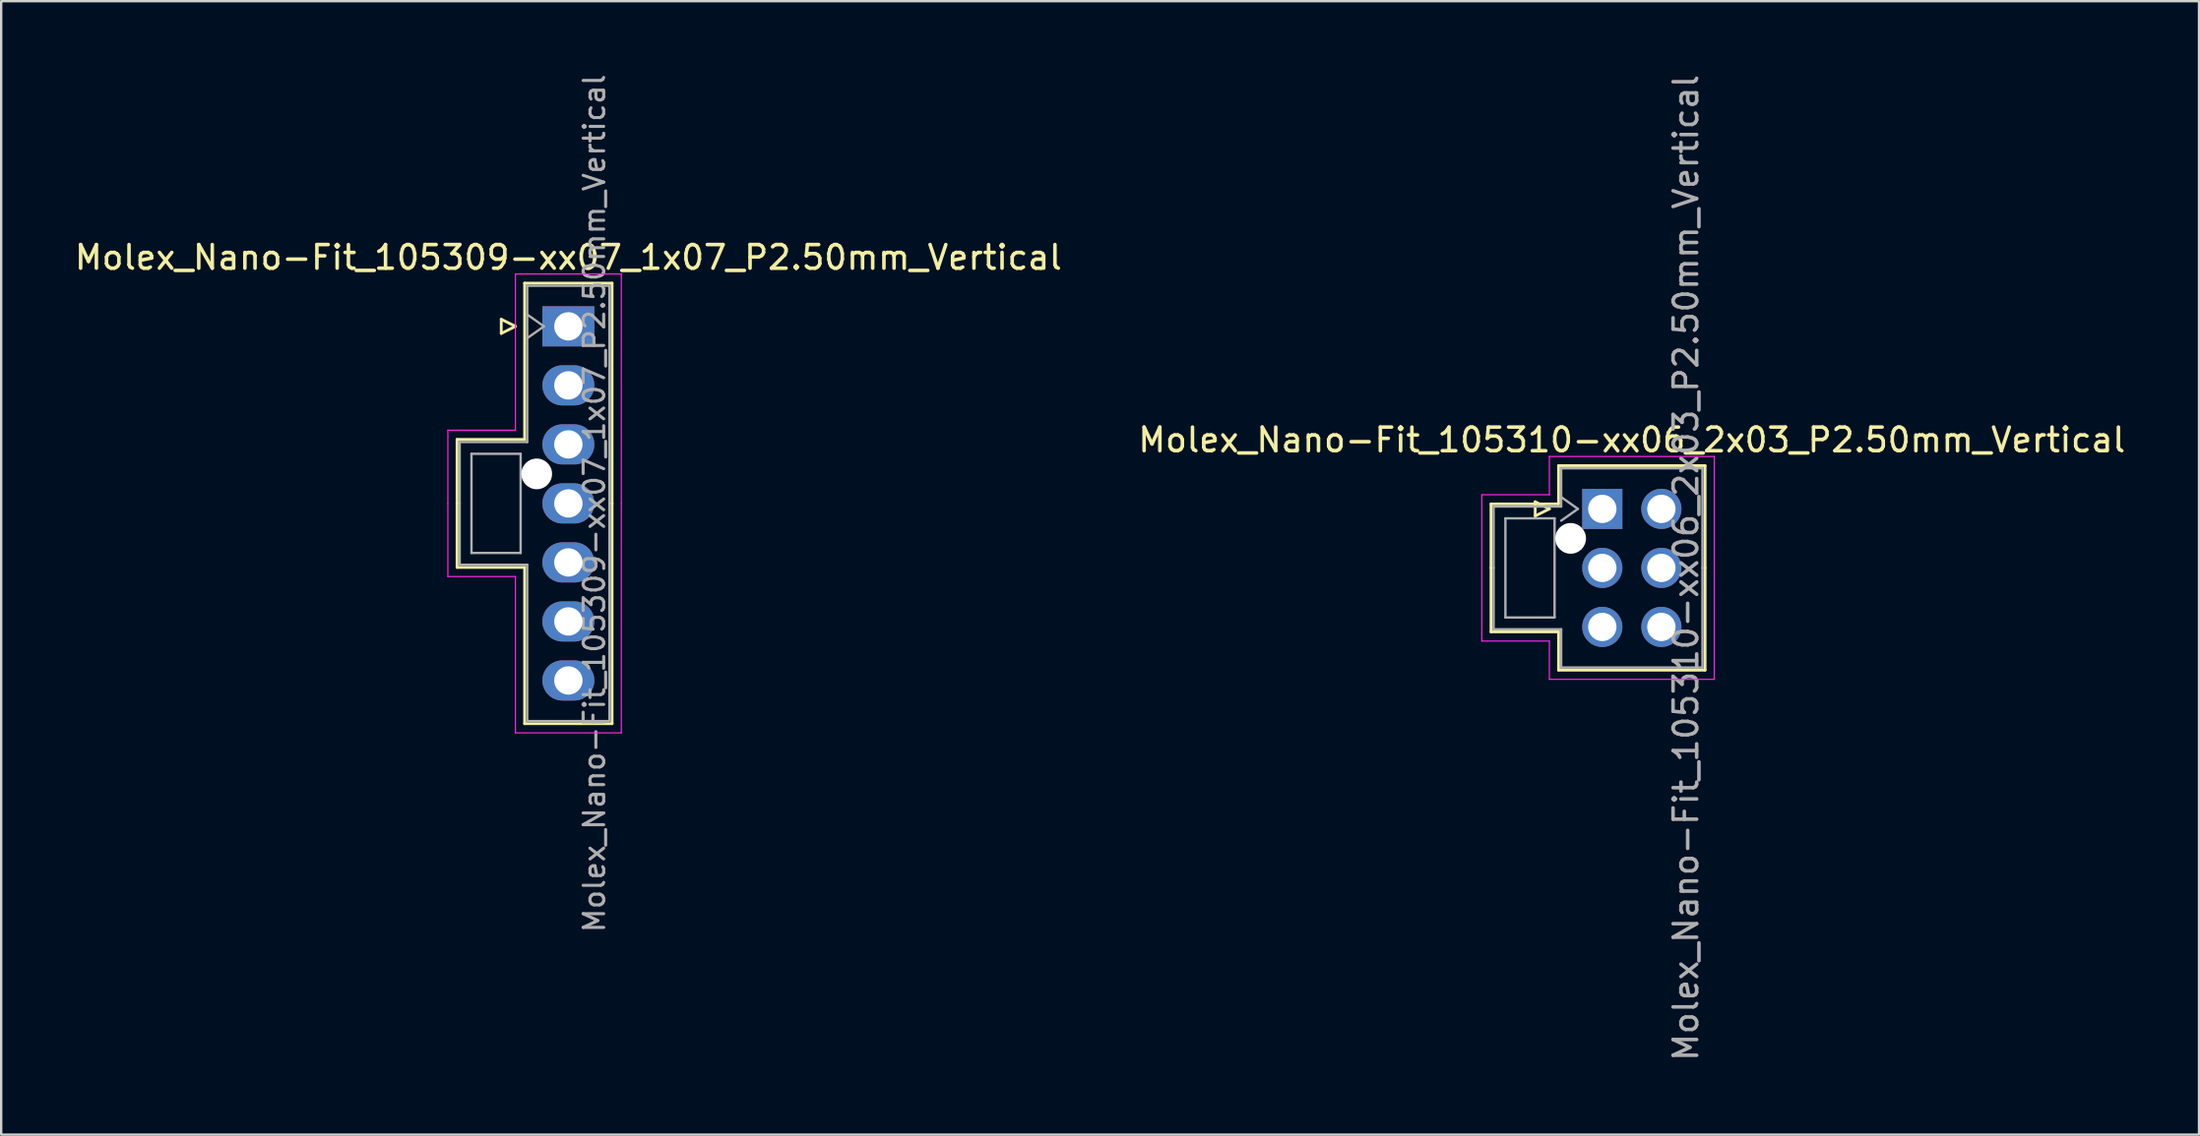
<source format=kicad_pcb>
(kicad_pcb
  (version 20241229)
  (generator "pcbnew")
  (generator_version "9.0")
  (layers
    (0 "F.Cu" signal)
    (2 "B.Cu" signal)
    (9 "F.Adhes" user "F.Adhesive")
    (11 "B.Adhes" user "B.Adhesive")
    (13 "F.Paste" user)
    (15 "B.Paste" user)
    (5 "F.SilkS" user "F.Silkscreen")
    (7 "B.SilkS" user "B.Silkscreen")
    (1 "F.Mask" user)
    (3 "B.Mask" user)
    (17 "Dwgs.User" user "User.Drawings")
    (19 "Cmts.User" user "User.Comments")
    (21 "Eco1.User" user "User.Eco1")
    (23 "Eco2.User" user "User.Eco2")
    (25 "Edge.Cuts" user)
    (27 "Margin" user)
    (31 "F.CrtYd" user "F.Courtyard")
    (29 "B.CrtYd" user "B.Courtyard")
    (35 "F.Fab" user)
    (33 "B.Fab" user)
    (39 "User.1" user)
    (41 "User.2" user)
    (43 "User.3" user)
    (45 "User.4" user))
  (footprint "Molex_Nano-Fit_105309-xx07_1x07_P2.50mm_Vertical"
    (layer "F.Cu")
    (at 21.006 10.774)
    (property "Reference" "Molex_Nano-Fit_105309-xx07_1x07_P2.50mm_Vertical" (at 0 -2.92 0) (layer "F.SilkS") (effects (font (size 1 1) (thickness 0.15))))
    (attr through_hole)
    (fp_line (start -4.71 4.79) (end -4.71 7.5) (stroke (width 0.12) (type solid)) (layer "F.SilkS"))
    (fp_line (start -4.71 10.21) (end -4.71 7.5) (stroke (width 0.12) (type solid)) (layer "F.SilkS"))
    (fp_line (start -2.84 -0.3) (end -2.24 0) (stroke (width 0.12) (type solid)) (layer "F.SilkS"))
    (fp_line (start -2.84 0.3) (end -2.84 -0.3) (stroke (width 0.12) (type solid)) (layer "F.SilkS"))
    (fp_line (start -2.24 0) (end -2.84 0.3) (stroke (width 0.12) (type solid)) (layer "F.SilkS"))
    (fp_line (start -1.85 -1.83) (end -1.85 4.79) (stroke (width 0.12) (type solid)) (layer "F.SilkS"))
    (fp_line (start -1.85 4.79) (end -4.71 4.79) (stroke (width 0.12) (type solid)) (layer "F.SilkS"))
    (fp_line (start -1.85 10.21) (end -4.71 10.21) (stroke (width 0.12) (type solid)) (layer "F.SilkS"))
    (fp_line (start -1.85 16.83) (end -1.85 10.21) (stroke (width 0.12) (type solid)) (layer "F.SilkS"))
    (fp_line (start 1.85 -1.83) (end -1.85 -1.83) (stroke (width 0.12) (type solid)) (layer "F.SilkS"))
    (fp_line (start 1.85 7.5) (end 1.85 -1.83) (stroke (width 0.12) (type solid)) (layer "F.SilkS"))
    (fp_line (start 1.85 7.5) (end 1.85 16.83) (stroke (width 0.12) (type solid)) (layer "F.SilkS"))
    (fp_line (start 1.85 16.83) (end -1.85 16.83) (stroke (width 0.12) (type solid)) (layer "F.SilkS"))
    (fp_line (start -5.1 4.4) (end -5.1 7.5) (stroke (width 0.05) (type solid)) (layer "F.CrtYd"))
    (fp_line (start -5.1 10.6) (end -5.1 7.5) (stroke (width 0.05) (type solid)) (layer "F.CrtYd"))
    (fp_line (start -2.24 -2.22) (end -2.24 4.4) (stroke (width 0.05) (type solid)) (layer "F.CrtYd"))
    (fp_line (start -2.24 4.4) (end -5.1 4.4) (stroke (width 0.05) (type solid)) (layer "F.CrtYd"))
    (fp_line (start -2.24 10.6) (end -5.1 10.6) (stroke (width 0.05) (type solid)) (layer "F.CrtYd"))
    (fp_line (start -2.24 17.22) (end -2.24 10.6) (stroke (width 0.05) (type solid)) (layer "F.CrtYd"))
    (fp_line (start 2.24 -2.22) (end -2.24 -2.22) (stroke (width 0.05) (type solid)) (layer "F.CrtYd"))
    (fp_line (start 2.24 7.5) (end 2.24 -2.22) (stroke (width 0.05) (type solid)) (layer "F.CrtYd"))
    (fp_line (start 2.24 7.5) (end 2.24 17.22) (stroke (width 0.05) (type solid)) (layer "F.CrtYd"))
    (fp_line (start 2.24 17.22) (end -2.24 17.22) (stroke (width 0.05) (type solid)) (layer "F.CrtYd"))
    (fp_line (start -4.6 4.9) (end -4.6 7.5) (stroke (width 0.1) (type solid)) (layer "F.Fab"))
    (fp_line (start -4.6 10.1) (end -4.6 7.5) (stroke (width 0.1) (type solid)) (layer "F.Fab"))
    (fp_line (start -4.1 5.4) (end -4.1 9.6) (stroke (width 0.1) (type solid)) (layer "F.Fab"))
    (fp_line (start -4.1 9.6) (end -2.02 9.6) (stroke (width 0.1) (type solid)) (layer "F.Fab"))
    (fp_line (start -2.02 5.4) (end -4.1 5.4) (stroke (width 0.1) (type solid)) (layer "F.Fab"))
    (fp_line (start -2.02 9.6) (end -2.02 5.4) (stroke (width 0.1) (type solid)) (layer "F.Fab"))
    (fp_line (start -1.74 -1.72) (end -1.74 4.9) (stroke (width 0.1) (type solid)) (layer "F.Fab"))
    (fp_line (start -1.74 -0.5) (end -1.033 0) (stroke (width 0.1) (type solid)) (layer "F.Fab"))
    (fp_line (start -1.74 4.9) (end -4.6 4.9) (stroke (width 0.1) (type solid)) (layer "F.Fab"))
    (fp_line (start -1.74 10.1) (end -4.6 10.1) (stroke (width 0.1) (type solid)) (layer "F.Fab"))
    (fp_line (start -1.74 16.72) (end -1.74 10.1) (stroke (width 0.1) (type solid)) (layer "F.Fab"))
    (fp_line (start -1.033 0) (end -1.74 0.5) (stroke (width 0.1) (type solid)) (layer "F.Fab"))
    (fp_line (start 1.74 -1.72) (end -1.74 -1.72) (stroke (width 0.1) (type solid)) (layer "F.Fab"))
    (fp_line (start 1.74 7.5) (end 1.74 -1.72) (stroke (width 0.1) (type solid)) (layer "F.Fab"))
    (fp_line (start 1.74 7.5) (end 1.74 16.72) (stroke (width 0.1) (type solid)) (layer "F.Fab"))
    (fp_line (start 1.74 16.72) (end -1.74 16.72) (stroke (width 0.1) (type solid)) (layer "F.Fab"))
    (fp_text user "${REFERENCE}" (at 1.1 7.5 90) (layer "F.Fab") (effects (font (size 0.87 0.87) (thickness 0.13))))
    (pad "" np_thru_hole circle (at -1.34 6.25) (size 1.3 1.3) (drill 1.3) (layers "*.Cu" "*.Mask"))
    (pad "1" thru_hole rect (at 0 0) (size 2.2 1.7) (drill 1.2) (layers "*.Cu" "*.Mask"))
    (pad "2" thru_hole oval (at 0 2.5) (size 2.2 1.7) (drill 1.2) (layers "*.Cu" "*.Mask"))
    (pad "3" thru_hole oval (at 0 5) (size 2.2 1.7) (drill 1.2) (layers "*.Cu" "*.Mask"))
    (pad "4" thru_hole oval (at 0 7.5) (size 2.2 1.7) (drill 1.2) (layers "*.Cu" "*.Mask"))
    (pad "5" thru_hole oval (at 0 10) (size 2.2 1.7) (drill 1.2) (layers "*.Cu" "*.Mask"))
    (pad "6" thru_hole oval (at 0 12.5) (size 2.2 1.7) (drill 1.2) (layers "*.Cu" "*.Mask"))
    (pad "7" thru_hole oval (at 0 15) (size 2.2 1.7) (drill 1.2) (layers "*.Cu" "*.Mask")))
  (footprint "Molex_Nano-Fit_105310-xx06_2x03_P2.50mm_Vertical"
    (layer "F.Cu")
    (at 64.768 18.506)
    (property "Reference" "Molex_Nano-Fit_105310-xx06_2x03_P2.50mm_Vertical" (at 1.25 -2.92 0) (layer "F.SilkS") (effects (font (size 1 1) (thickness 0.15))))
    (attr through_hole)
    (fp_line (start -4.71 -0.21) (end -4.71 2.5) (stroke (width 0.12) (type solid)) (layer "F.SilkS"))
    (fp_line (start -4.71 5.21) (end -4.71 2.5) (stroke (width 0.12) (type solid)) (layer "F.SilkS"))
    (fp_line (start -2.84 -0.3) (end -2.24 0) (stroke (width 0.12) (type solid)) (layer "F.SilkS"))
    (fp_line (start -2.84 0.3) (end -2.84 -0.3) (stroke (width 0.12) (type solid)) (layer "F.SilkS"))
    (fp_line (start -2.24 0) (end -2.84 0.3) (stroke (width 0.12) (type solid)) (layer "F.SilkS"))
    (fp_line (start -1.85 -1.83) (end -1.85 -0.21) (stroke (width 0.12) (type solid)) (layer "F.SilkS"))
    (fp_line (start -1.85 -0.21) (end -4.71 -0.21) (stroke (width 0.12) (type solid)) (layer "F.SilkS"))
    (fp_line (start -1.85 5.21) (end -4.71 5.21) (stroke (width 0.12) (type solid)) (layer "F.SilkS"))
    (fp_line (start -1.85 6.83) (end -1.85 5.21) (stroke (width 0.12) (type solid)) (layer "F.SilkS"))
    (fp_line (start 4.35 -1.83) (end -1.85 -1.83) (stroke (width 0.12) (type solid)) (layer "F.SilkS"))
    (fp_line (start 4.35 2.5) (end 4.35 -1.83) (stroke (width 0.12) (type solid)) (layer "F.SilkS"))
    (fp_line (start 4.35 2.5) (end 4.35 6.83) (stroke (width 0.12) (type solid)) (layer "F.SilkS"))
    (fp_line (start 4.35 6.83) (end -1.85 6.83) (stroke (width 0.12) (type solid)) (layer "F.SilkS"))
    (fp_line (start -5.1 -0.6) (end -5.1 2.5) (stroke (width 0.05) (type solid)) (layer "F.CrtYd"))
    (fp_line (start -5.1 5.6) (end -5.1 2.5) (stroke (width 0.05) (type solid)) (layer "F.CrtYd"))
    (fp_line (start -2.24 -2.22) (end -2.24 -0.6) (stroke (width 0.05) (type solid)) (layer "F.CrtYd"))
    (fp_line (start -2.24 -0.6) (end -5.1 -0.6) (stroke (width 0.05) (type solid)) (layer "F.CrtYd"))
    (fp_line (start -2.24 5.6) (end -5.1 5.6) (stroke (width 0.05) (type solid)) (layer "F.CrtYd"))
    (fp_line (start -2.24 7.22) (end -2.24 5.6) (stroke (width 0.05) (type solid)) (layer "F.CrtYd"))
    (fp_line (start 4.74 -2.22) (end -2.24 -2.22) (stroke (width 0.05) (type solid)) (layer "F.CrtYd"))
    (fp_line (start 4.74 2.5) (end 4.74 -2.22) (stroke (width 0.05) (type solid)) (layer "F.CrtYd"))
    (fp_line (start 4.74 2.5) (end 4.74 7.22) (stroke (width 0.05) (type solid)) (layer "F.CrtYd"))
    (fp_line (start 4.74 7.22) (end -2.24 7.22) (stroke (width 0.05) (type solid)) (layer "F.CrtYd"))
    (fp_line (start -4.6 -0.1) (end -4.6 2.5) (stroke (width 0.1) (type solid)) (layer "F.Fab"))
    (fp_line (start -4.6 5.1) (end -4.6 2.5) (stroke (width 0.1) (type solid)) (layer "F.Fab"))
    (fp_line (start -4.1 0.4) (end -4.1 4.6) (stroke (width 0.1) (type solid)) (layer "F.Fab"))
    (fp_line (start -4.1 4.6) (end -2.02 4.6) (stroke (width 0.1) (type solid)) (layer "F.Fab"))
    (fp_line (start -2.02 0.4) (end -4.1 0.4) (stroke (width 0.1) (type solid)) (layer "F.Fab"))
    (fp_line (start -2.02 4.6) (end -2.02 0.4) (stroke (width 0.1) (type solid)) (layer "F.Fab"))
    (fp_line (start -1.74 -1.72) (end -1.74 -0.1) (stroke (width 0.1) (type solid)) (layer "F.Fab"))
    (fp_line (start -1.74 -0.5) (end -1.033 0) (stroke (width 0.1) (type solid)) (layer "F.Fab"))
    (fp_line (start -1.74 -0.1) (end -4.6 -0.1) (stroke (width 0.1) (type solid)) (layer "F.Fab"))
    (fp_line (start -1.74 5.1) (end -4.6 5.1) (stroke (width 0.1) (type solid)) (layer "F.Fab"))
    (fp_line (start -1.74 6.72) (end -1.74 5.1) (stroke (width 0.1) (type solid)) (layer "F.Fab"))
    (fp_line (start -1.033 0) (end -1.74 0.5) (stroke (width 0.1) (type solid)) (layer "F.Fab"))
    (fp_line (start 4.24 -1.72) (end -1.74 -1.72) (stroke (width 0.1) (type solid)) (layer "F.Fab"))
    (fp_line (start 4.24 2.5) (end 4.24 -1.72) (stroke (width 0.1) (type solid)) (layer "F.Fab"))
    (fp_line (start 4.24 2.5) (end 4.24 6.72) (stroke (width 0.1) (type solid)) (layer "F.Fab"))
    (fp_line (start 4.24 6.72) (end -1.74 6.72) (stroke (width 0.1) (type solid)) (layer "F.Fab"))
    (fp_text user "${REFERENCE}" (at 3.54 2.5 90) (layer "F.Fab") (effects (font (size 1 1) (thickness 0.15))))
    (pad "" np_thru_hole circle (at -1.34 1.25) (size 1.3 1.3) (drill 1.3) (layers "*.Cu" "*.Mask"))
    (pad "1" thru_hole rect (at 0 0) (size 1.7 1.7) (drill 1.2) (layers "*.Cu" "*.Mask"))
    (pad "2" thru_hole circle (at 0 2.5) (size 1.7 1.7) (drill 1.2) (layers "*.Cu" "*.Mask"))
    (pad "3" thru_hole circle (at 0 5) (size 1.7 1.7) (drill 1.2) (layers "*.Cu" "*.Mask"))
    (pad "4" thru_hole circle (at 2.5 0) (size 1.7 1.7) (drill 1.2) (layers "*.Cu" "*.Mask"))
    (pad "5" thru_hole circle (at 2.5 2.5) (size 1.7 1.7) (drill 1.2) (layers "*.Cu" "*.Mask"))
    (pad "6" thru_hole circle (at 2.5 5) (size 1.7 1.7) (drill 1.2) (layers "*.Cu" "*.Mask")))
  (gr_rect
    (start -3 -3)
    (end 90.024 45.012)
    (stroke (width 0.1) (type default))
    (fill no)
    (layer "Edge.Cuts")))
</source>
